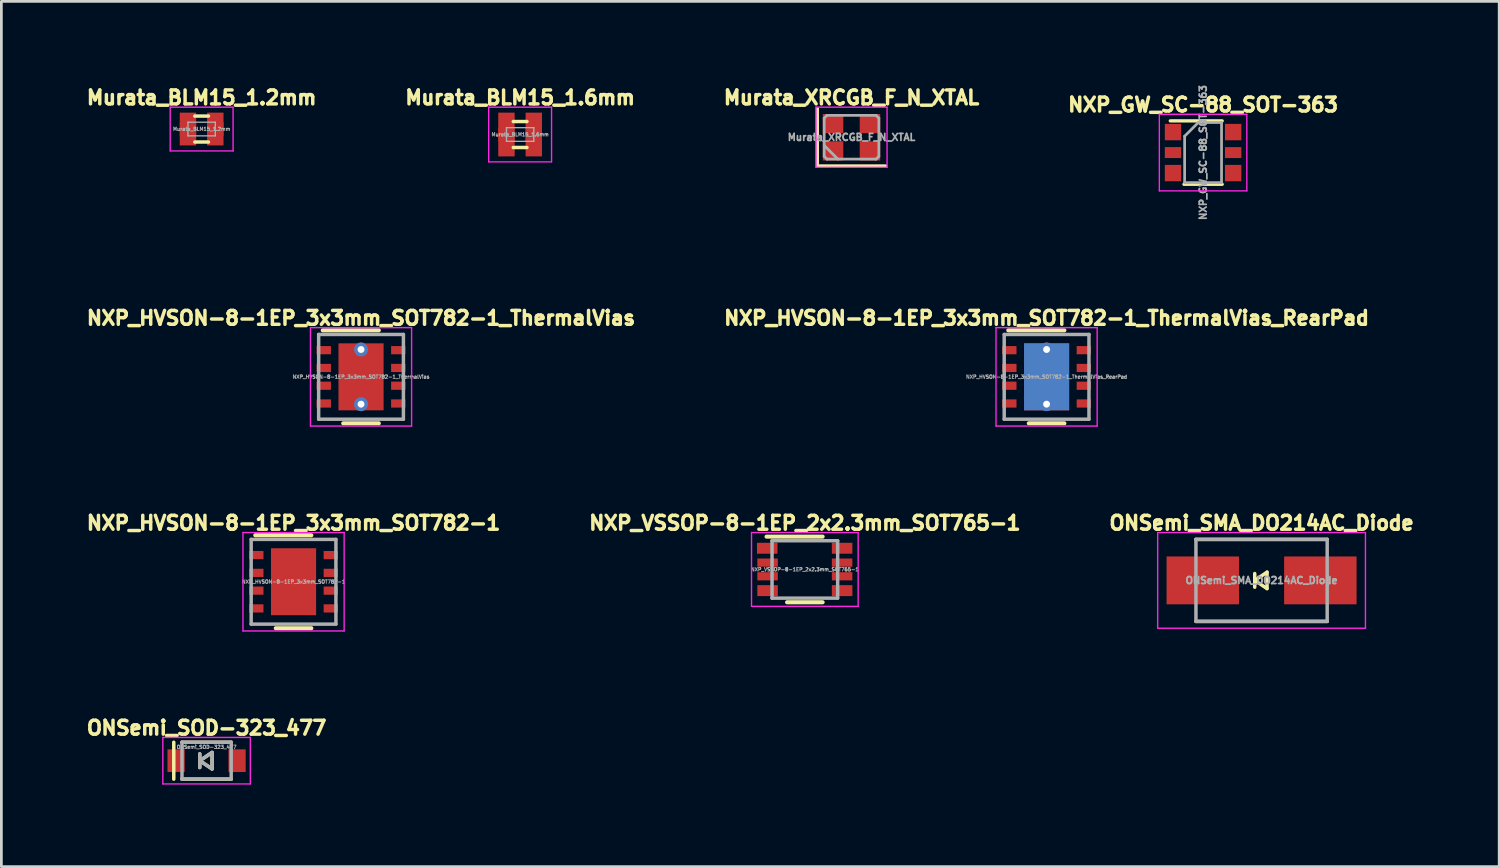
<source format=kicad_pcb>
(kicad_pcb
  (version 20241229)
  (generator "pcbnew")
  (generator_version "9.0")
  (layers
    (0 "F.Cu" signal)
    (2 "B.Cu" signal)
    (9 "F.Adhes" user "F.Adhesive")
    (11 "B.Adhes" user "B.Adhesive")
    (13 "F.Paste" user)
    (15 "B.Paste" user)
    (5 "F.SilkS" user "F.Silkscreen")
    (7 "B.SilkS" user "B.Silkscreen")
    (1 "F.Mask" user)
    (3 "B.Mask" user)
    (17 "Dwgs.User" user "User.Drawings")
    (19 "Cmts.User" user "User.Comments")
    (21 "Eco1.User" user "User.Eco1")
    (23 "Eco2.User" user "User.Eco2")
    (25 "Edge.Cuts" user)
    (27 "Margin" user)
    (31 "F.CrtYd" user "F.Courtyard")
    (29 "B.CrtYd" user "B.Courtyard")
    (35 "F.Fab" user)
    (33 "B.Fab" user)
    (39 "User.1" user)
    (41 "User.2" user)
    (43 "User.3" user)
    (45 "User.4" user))
  (footprint "Murata_BLM15_1.2mm"
    (layer "F.Cu")
    (at 4.325 1.67)
    (property "Reference" "Murata_BLM15_1.2mm" (at 0 -1.15 0) (layer "F.SilkS") (effects (font (size 0.508 0.508) (thickness 0.127))))
    (attr smd)
    (fp_line (start -0.25 0.475) (end 0.25 0.475) (stroke (width 0.127) (type solid)) (layer "F.SilkS"))
    (fp_line (start 0.25 -0.475) (end -0.25 -0.475) (stroke (width 0.127) (type solid)) (layer "F.SilkS"))
    (fp_line (start -1.15 -0.8) (end -1.15 0.8) (stroke (width 0.05) (type solid)) (layer "F.CrtYd"))
    (fp_line (start -1.15 -0.8) (end 1.15 -0.8) (stroke (width 0.05) (type solid)) (layer "F.CrtYd"))
    (fp_line (start -1.15 0.8) (end 1.15 0.8) (stroke (width 0.05) (type solid)) (layer "F.CrtYd"))
    (fp_line (start 1.15 -0.8) (end 1.15 0.8) (stroke (width 0.05) (type solid)) (layer "F.CrtYd"))
    (fp_line (start -0.5 -0.25) (end 0.5 -0.25) (stroke (width 0.05) (type solid)) (layer "F.Fab"))
    (fp_line (start -0.5 0.25) (end -0.5 -0.25) (stroke (width 0.05) (type solid)) (layer "F.Fab"))
    (fp_line (start 0.5 -0.25) (end 0.5 0.25) (stroke (width 0.05) (type solid)) (layer "F.Fab"))
    (fp_line (start 0.5 0.25) (end -0.5 0.25) (stroke (width 0.05) (type solid)) (layer "F.Fab"))
    (fp_text user "${REFERENCE}" (at 0 0 0) (layer "F.Fab") (effects (font (size 0.127 0.127) (thickness 0.032))))
    (pad "1" smd rect (at -0.5 0) (size 0.6 0.5) (layers "F.Cu" "F.Mask" "F.Paste"))
    (pad "1" smd rect (at -0.5 0) (size 0.6 1.2) (layers "F.Cu"))
    (pad "2" smd rect (at 0.5 0) (size 0.6 0.5) (layers "F.Cu" "F.Mask" "F.Paste"))
    (pad "2" smd rect (at 0.5 0) (size 0.6 1.2) (layers "F.Cu")))
  (footprint "NXP_VSSOP-8-1EP_2x2.3mm_SOT765-1"
    (layer "F.Cu")
    (at 26.388 17.778)
    (property "Reference" "NXP_VSSOP-8-1EP_2x2.3mm_SOT765-1" (at 0 -1.7 0) (layer "F.SilkS") (effects (font (size 0.508 0.508) (thickness 0.127))))
    (attr smd)
    (fp_line (start -1.4 -1.2) (end 0.65 -1.2) (stroke (width 0.15) (type solid)) (layer "F.SilkS"))
    (fp_line (start -0.65 1.2) (end 0.65 1.2) (stroke (width 0.15) (type solid)) (layer "F.SilkS"))
    (fp_line (start -1.95 -1.35) (end -1.95 1.35) (stroke (width 0.05) (type solid)) (layer "F.CrtYd"))
    (fp_line (start -1.95 -1.35) (end 1.95 -1.35) (stroke (width 0.05) (type solid)) (layer "F.CrtYd"))
    (fp_line (start -1.95 1.35) (end 1.95 1.35) (stroke (width 0.05) (type solid)) (layer "F.CrtYd"))
    (fp_line (start 1.95 -1.35) (end 1.95 1.35) (stroke (width 0.05) (type solid)) (layer "F.CrtYd"))
    (fp_line (start -1.2 -1.05) (end 1.2 -1.05) (stroke (width 0.127) (type solid)) (layer "F.Fab"))
    (fp_line (start -1.2 1.05) (end -1.2 -1.05) (stroke (width 0.127) (type solid)) (layer "F.Fab"))
    (fp_line (start 1.2 -1.05) (end 1.2 1.05) (stroke (width 0.127) (type solid)) (layer "F.Fab"))
    (fp_line (start 1.2 1.05) (end -1.2 1.05) (stroke (width 0.127) (type solid)) (layer "F.Fab"))
    (fp_text user "${REFERENCE}" (at 0 0 0) (layer "F.Fab") (effects (font (size 0.127 0.127) (thickness 0.032))))
    (pad "1" smd rect (at -1.375 -0.775) (size 0.75 0.4) (layers "F.Cu" "F.Mask" "F.Paste"))
    (pad "2" smd rect (at -1.363 -0.25) (size 0.75 0.3) (layers "F.Cu" "F.Mask" "F.Paste"))
    (pad "3" smd rect (at -1.363 0.25) (size 0.75 0.3) (layers "F.Cu" "F.Mask" "F.Paste"))
    (pad "4" smd rect (at -1.363 0.775) (size 0.75 0.4) (layers "F.Cu" "F.Mask" "F.Paste"))
    (pad "5" smd rect (at 1.363 0.775) (size 0.75 0.4) (layers "F.Cu" "F.Mask" "F.Paste"))
    (pad "6" smd rect (at 1.363 0.25) (size 0.75 0.3) (layers "F.Cu" "F.Mask" "F.Paste"))
    (pad "7" smd rect (at 1.363 -0.25) (size 0.75 0.3) (layers "F.Cu" "F.Mask" "F.Paste"))
    (pad "8" smd rect (at 1.363 -0.775) (size 0.75 0.4) (layers "F.Cu" "F.Mask" "F.Paste")))
  (footprint "NXP_HVSON-8-1EP_3x3mm_SOT782-1"
    (layer "F.Cu")
    (at 7.687 18.228)
    (property "Reference" "NXP_HVSON-8-1EP_3x3mm_SOT782-1" (at 0 -2.15 0) (layer "F.SilkS") (effects (font (size 0.508 0.508) (thickness 0.127))))
    (attr smd)
    (fp_line (start -1.4 -1.7) (end 0.65 -1.7) (stroke (width 0.15) (type solid)) (layer "F.SilkS"))
    (fp_line (start -0.65 1.7) (end 0.65 1.7) (stroke (width 0.15) (type solid)) (layer "F.SilkS"))
    (fp_line (start -1.85 -1.8) (end -1.85 1.8) (stroke (width 0.05) (type solid)) (layer "F.CrtYd"))
    (fp_line (start -1.85 -1.8) (end 1.85 -1.8) (stroke (width 0.05) (type solid)) (layer "F.CrtYd"))
    (fp_line (start -1.85 1.8) (end 1.85 1.8) (stroke (width 0.05) (type solid)) (layer "F.CrtYd"))
    (fp_line (start 1.85 -1.8) (end 1.85 1.8) (stroke (width 0.05) (type solid)) (layer "F.CrtYd"))
    (fp_line (start -1.55 -1.55) (end 1.55 -1.55) (stroke (width 0.127) (type solid)) (layer "F.Fab"))
    (fp_line (start -1.55 1.55) (end -1.55 -1.55) (stroke (width 0.127) (type solid)) (layer "F.Fab"))
    (fp_line (start 1.55 -1.55) (end 1.55 1.55) (stroke (width 0.127) (type solid)) (layer "F.Fab"))
    (fp_line (start 1.55 1.55) (end -1.55 1.55) (stroke (width 0.127) (type solid)) (layer "F.Fab"))
    (fp_text user "${REFERENCE}" (at 0 0 0) (layer "F.Fab") (effects (font (size 0.127 0.127) (thickness 0.032))))
    (pad "" smd rect (at 0 0) (size 0.65 1.1) (layers "F.Paste"))
    (pad "1" smd rect (at -1.363 -0.975) (size 0.525 0.3) (layers "F.Cu" "F.Mask" "F.Paste"))
    (pad "2" smd rect (at -1.363 -0.325) (size 0.525 0.3) (layers "F.Cu" "F.Mask" "F.Paste"))
    (pad "3" smd rect (at -1.363 0.325) (size 0.525 0.3) (layers "F.Cu" "F.Mask" "F.Paste"))
    (pad "4" smd rect (at -1.363 0.975) (size 0.525 0.3) (layers "F.Cu" "F.Mask" "F.Paste"))
    (pad "5" smd rect (at 1.363 0.975) (size 0.525 0.3) (layers "F.Cu" "F.Mask" "F.Paste"))
    (pad "6" smd rect (at 1.363 0.325) (size 0.525 0.3) (layers "F.Cu" "F.Mask" "F.Paste"))
    (pad "7" smd rect (at 1.363 -0.325) (size 0.525 0.3) (layers "F.Cu" "F.Mask" "F.Paste"))
    (pad "8" smd rect (at 1.363 -0.975) (size 0.525 0.3) (layers "F.Cu" "F.Mask" "F.Paste"))
    (pad "9" smd rect (at 0 0) (size 1.65 2.45) (layers "F.Cu" "F.Mask")))
  (footprint "ONSemi_SMA_DO214AC_Diode"
    (layer "F.Cu")
    (at 43.093 18.178)
    (property "Reference" "ONSemi_SMA_DO214AC_Diode" (at 0 -2.1 0) (layer "F.SilkS") (effects (font (size 0.508 0.508) (thickness 0.127))))
    (attr through_hole)
    (fp_line (start -2.4 -1.5) (end 2.4 -1.5) (stroke (width 0.127) (type solid)) (layer "F.SilkS"))
    (fp_line (start -2.4 1.5) (end 2.4 1.5) (stroke (width 0.127) (type solid)) (layer "F.SilkS"))
    (fp_line (start -0.25 0) (end 0.2 -0.3) (stroke (width 0.127) (type solid)) (layer "F.SilkS"))
    (fp_line (start -0.25 0.25) (end -0.25 -0.25) (stroke (width 0.127) (type solid)) (layer "F.SilkS"))
    (fp_line (start 0.2 -0.3) (end 0.2 0.3) (stroke (width 0.127) (type solid)) (layer "F.SilkS"))
    (fp_line (start 0.2 0.3) (end -0.25 0) (stroke (width 0.127) (type solid)) (layer "F.SilkS"))
    (fp_line (start -3.8 -1.75) (end 3.8 -1.75) (stroke (width 0.05) (type solid)) (layer "F.CrtYd"))
    (fp_line (start -3.8 1.75) (end -3.8 -1.75) (stroke (width 0.05) (type solid)) (layer "F.CrtYd"))
    (fp_line (start 3.8 -1.75) (end 3.8 1.75) (stroke (width 0.05) (type solid)) (layer "F.CrtYd"))
    (fp_line (start 3.8 1.75) (end -3.8 1.75) (stroke (width 0.05) (type solid)) (layer "F.CrtYd"))
    (fp_line (start -2.4 -1.5) (end -2.4 1.5) (stroke (width 0.127) (type solid)) (layer "F.Fab"))
    (fp_line (start -2.4 -1.5) (end 2.4 -1.5) (stroke (width 0.127) (type solid)) (layer "F.Fab"))
    (fp_line (start -2.4 1.5) (end 2.4 1.5) (stroke (width 0.127) (type solid)) (layer "F.Fab"))
    (fp_line (start 2.4 1.5) (end 2.4 -1.5) (stroke (width 0.127) (type solid)) (layer "F.Fab"))
    (fp_text user "${REFERENCE}" (at 0 0 180) (layer "F.Fab") (effects (font (size 0.254 0.254) (thickness 0.064))))
    (pad "1" smd rect (at -2.15 0) (size 2.65 1.75) (layers "F.Cu" "F.Mask" "F.Paste"))
    (pad "2" smd rect (at 2.15 0) (size 2.65 1.75) (layers "F.Cu" "F.Mask" "F.Paste")))
  (footprint "NXP_GW_SC-88_SOT-363"
    (layer "F.Cu")
    (at 40.954 2.531)
    (property "Reference" "NXP_GW_SC-88_SOT-363" (at 0 -1.75 0) (layer "F.SilkS") (effects (font (size 0.508 0.508) (thickness 0.127))))
    (attr smd)
    (fp_line (start -0.7 1.16) (end 0.7 1.16) (stroke (width 0.12) (type solid)) (layer "F.SilkS"))
    (fp_line (start 0.7 -1.16) (end -1.2 -1.16) (stroke (width 0.12) (type solid)) (layer "F.SilkS"))
    (fp_line (start -1.6 -1.4) (end -1.6 1.4) (stroke (width 0.05) (type solid)) (layer "F.CrtYd"))
    (fp_line (start -1.6 -1.4) (end 1.6 -1.4) (stroke (width 0.05) (type solid)) (layer "F.CrtYd"))
    (fp_line (start -1.6 1.4) (end 1.6 1.4) (stroke (width 0.05) (type solid)) (layer "F.CrtYd"))
    (fp_line (start 1.6 1.4) (end 1.6 -1.4) (stroke (width 0.05) (type solid)) (layer "F.CrtYd"))
    (fp_line (start -0.675 -0.6) (end -0.675 1.1) (stroke (width 0.1) (type solid)) (layer "F.Fab"))
    (fp_line (start -0.175 -1.1) (end -0.675 -0.6) (stroke (width 0.1) (type solid)) (layer "F.Fab"))
    (fp_line (start 0.675 -1.1) (end -0.175 -1.1) (stroke (width 0.1) (type solid)) (layer "F.Fab"))
    (fp_line (start 0.675 -1.1) (end 0.675 1.1) (stroke (width 0.1) (type solid)) (layer "F.Fab"))
    (fp_line (start 0.675 1.1) (end -0.675 1.1) (stroke (width 0.1) (type solid)) (layer "F.Fab"))
    (fp_text user "${REFERENCE}" (at 0 0 90) (layer "F.Fab") (effects (font (size 0.254 0.254) (thickness 0.064))))
    (pad "1" smd rect (at -1.1 -0.75) (size 0.6 0.6) (layers "F.Cu" "F.Mask" "F.Paste"))
    (pad "2" smd rect (at -1.1 0) (size 0.6 0.4) (layers "F.Cu" "F.Mask" "F.Paste"))
    (pad "3" smd rect (at -1.1 0.75) (size 0.6 0.6) (layers "F.Cu" "F.Mask" "F.Paste"))
    (pad "4" smd rect (at 1.1 0.75) (size 0.6 0.6) (layers "F.Cu" "F.Mask" "F.Paste"))
    (pad "5" smd rect (at 1.1 0) (size 0.6 0.4) (layers "F.Cu" "F.Mask" "F.Paste"))
    (pad "6" smd rect (at 1.1 -0.75) (size 0.6 0.6) (layers "F.Cu" "F.Mask" "F.Paste")))
  (footprint "NXP_HVSON-8-1EP_3x3mm_SOT782-1_ThermalVias"
    (layer "F.Cu")
    (at 10.155 10.733)
    (property "Reference" "NXP_HVSON-8-1EP_3x3mm_SOT782-1_ThermalVias" (at 0 -2.15 0) (layer "F.SilkS") (effects (font (size 0.508 0.508) (thickness 0.127))))
    (attr smd)
    (fp_line (start -1.4 -1.7) (end 0.65 -1.7) (stroke (width 0.15) (type solid)) (layer "F.SilkS"))
    (fp_line (start -0.65 1.7) (end 0.65 1.7) (stroke (width 0.15) (type solid)) (layer "F.SilkS"))
    (fp_line (start -1.85 -1.8) (end -1.85 1.8) (stroke (width 0.05) (type solid)) (layer "F.CrtYd"))
    (fp_line (start -1.85 -1.8) (end 1.85 -1.8) (stroke (width 0.05) (type solid)) (layer "F.CrtYd"))
    (fp_line (start -1.85 1.8) (end 1.85 1.8) (stroke (width 0.05) (type solid)) (layer "F.CrtYd"))
    (fp_line (start 1.85 -1.8) (end 1.85 1.8) (stroke (width 0.05) (type solid)) (layer "F.CrtYd"))
    (fp_line (start -1.55 -1.55) (end 1.55 -1.55) (stroke (width 0.127) (type solid)) (layer "F.Fab"))
    (fp_line (start -1.55 1.55) (end -1.55 -1.55) (stroke (width 0.127) (type solid)) (layer "F.Fab"))
    (fp_line (start 1.55 -1.55) (end 1.55 1.55) (stroke (width 0.127) (type solid)) (layer "F.Fab"))
    (fp_line (start 1.55 1.55) (end -1.55 1.55) (stroke (width 0.127) (type solid)) (layer "F.Fab"))
    (fp_text user "${REFERENCE}" (at 0 0 0) (layer "F.Fab") (effects (font (size 0.127 0.127) (thickness 0.032))))
    (pad "" smd rect (at 0 0) (size 0.65 1.1) (layers "F.Paste"))
    (pad "1" smd rect (at -1.363 -0.975) (size 0.525 0.3) (layers "F.Cu" "F.Mask" "F.Paste"))
    (pad "2" smd rect (at -1.363 -0.325) (size 0.525 0.3) (layers "F.Cu" "F.Mask" "F.Paste"))
    (pad "3" smd rect (at -1.363 0.325) (size 0.525 0.3) (layers "F.Cu" "F.Mask" "F.Paste"))
    (pad "4" smd rect (at -1.363 0.975) (size 0.525 0.3) (layers "F.Cu" "F.Mask" "F.Paste"))
    (pad "5" smd rect (at 1.363 0.975) (size 0.525 0.3) (layers "F.Cu" "F.Mask" "F.Paste"))
    (pad "6" smd rect (at 1.363 0.325) (size 0.525 0.3) (layers "F.Cu" "F.Mask" "F.Paste"))
    (pad "7" smd rect (at 1.363 -0.325) (size 0.525 0.3) (layers "F.Cu" "F.Mask" "F.Paste"))
    (pad "8" smd rect (at 1.363 -0.975) (size 0.525 0.3) (layers "F.Cu" "F.Mask" "F.Paste"))
    (pad "9" thru_hole circle (at 0 -1) (size 0.508 0.508) (drill 0.254) (layers "*.Cu"))
    (pad "9" smd rect (at 0 0) (size 1.65 2.45) (layers "F.Cu" "F.Mask"))
    (pad "9" thru_hole circle (at 0 1) (size 0.508 0.508) (drill 0.254) (layers "*.Cu")))
  (footprint "Murata_BLM15_1.6mm"
    (layer "F.Cu")
    (at 15.974 1.87)
    (property "Reference" "Murata_BLM15_1.6mm" (at 0 -1.35 0) (layer "F.SilkS") (effects (font (size 0.508 0.508) (thickness 0.127))))
    (attr smd)
    (fp_line (start -0.25 0.475) (end 0.25 0.475) (stroke (width 0.127) (type solid)) (layer "F.SilkS"))
    (fp_line (start 0.25 -0.475) (end -0.25 -0.475) (stroke (width 0.127) (type solid)) (layer "F.SilkS"))
    (fp_line (start -1.15 -1) (end -1.15 1) (stroke (width 0.05) (type solid)) (layer "F.CrtYd"))
    (fp_line (start -1.15 -1) (end 1.15 -1) (stroke (width 0.05) (type solid)) (layer "F.CrtYd"))
    (fp_line (start -1.15 1) (end 1.15 1) (stroke (width 0.05) (type solid)) (layer "F.CrtYd"))
    (fp_line (start 1.15 -1) (end 1.15 1) (stroke (width 0.05) (type solid)) (layer "F.CrtYd"))
    (fp_line (start -0.5 -0.25) (end 0.5 -0.25) (stroke (width 0.05) (type solid)) (layer "F.Fab"))
    (fp_line (start -0.5 0.25) (end -0.5 -0.25) (stroke (width 0.05) (type solid)) (layer "F.Fab"))
    (fp_line (start 0.5 -0.25) (end 0.5 0.25) (stroke (width 0.05) (type solid)) (layer "F.Fab"))
    (fp_line (start 0.5 0.25) (end -0.5 0.25) (stroke (width 0.05) (type solid)) (layer "F.Fab"))
    (fp_text user "${REFERENCE}" (at 0 0 0) (layer "F.Fab") (effects (font (size 0.127 0.127) (thickness 0.032))))
    (pad "1" smd rect (at -0.5 0) (size 0.6 0.5) (layers "F.Cu" "F.Mask" "F.Paste"))
    (pad "1" smd rect (at -0.5 0) (size 0.6 1.6) (layers "F.Cu"))
    (pad "2" smd rect (at 0.5 0) (size 0.6 0.5) (layers "F.Cu" "F.Mask" "F.Paste"))
    (pad "2" smd rect (at 0.5 0) (size 0.6 1.6) (layers "F.Cu")))
  (footprint "NXP_HVSON-8-1EP_3x3mm_SOT782-1_ThermalVias_RearPad"
    (layer "F.Cu")
    (at 35.23 10.733)
    (property "Reference" "NXP_HVSON-8-1EP_3x3mm_SOT782-1_ThermalVias_RearPad" (at 0 -2.15 0) (layer "F.SilkS") (effects (font (size 0.508 0.508) (thickness 0.127))))
    (attr smd)
    (fp_line (start -1.4 -1.7) (end 0.65 -1.7) (stroke (width 0.15) (type solid)) (layer "F.SilkS"))
    (fp_line (start -0.65 1.7) (end 0.65 1.7) (stroke (width 0.15) (type solid)) (layer "F.SilkS"))
    (fp_line (start -1.85 -1.8) (end -1.85 1.8) (stroke (width 0.05) (type solid)) (layer "F.CrtYd"))
    (fp_line (start -1.85 -1.8) (end 1.85 -1.8) (stroke (width 0.05) (type solid)) (layer "F.CrtYd"))
    (fp_line (start -1.85 1.8) (end 1.85 1.8) (stroke (width 0.05) (type solid)) (layer "F.CrtYd"))
    (fp_line (start 1.85 -1.8) (end 1.85 1.8) (stroke (width 0.05) (type solid)) (layer "F.CrtYd"))
    (fp_line (start -1.55 -1.55) (end 1.55 -1.55) (stroke (width 0.127) (type solid)) (layer "F.Fab"))
    (fp_line (start -1.55 1.55) (end -1.55 -1.55) (stroke (width 0.127) (type solid)) (layer "F.Fab"))
    (fp_line (start 1.55 -1.55) (end 1.55 1.55) (stroke (width 0.127) (type solid)) (layer "F.Fab"))
    (fp_line (start 1.55 1.55) (end -1.55 1.55) (stroke (width 0.127) (type solid)) (layer "F.Fab"))
    (fp_text user "${REFERENCE}" (at 0 0 0) (layer "F.Fab") (effects (font (size 0.127 0.127) (thickness 0.032))))
    (pad "" smd rect (at 0 0) (size 0.65 1.1) (layers "F.Paste"))
    (pad "1" smd rect (at -1.363 -0.975) (size 0.525 0.3) (layers "F.Cu" "F.Mask" "F.Paste"))
    (pad "2" smd rect (at -1.363 -0.325) (size 0.525 0.3) (layers "F.Cu" "F.Mask" "F.Paste"))
    (pad "3" smd rect (at -1.363 0.325) (size 0.525 0.3) (layers "F.Cu" "F.Mask" "F.Paste"))
    (pad "4" smd rect (at -1.363 0.975) (size 0.525 0.3) (layers "F.Cu" "F.Mask" "F.Paste"))
    (pad "5" smd rect (at 1.363 0.975) (size 0.525 0.3) (layers "F.Cu" "F.Mask" "F.Paste"))
    (pad "6" smd rect (at 1.363 0.325) (size 0.525 0.3) (layers "F.Cu" "F.Mask" "F.Paste"))
    (pad "7" smd rect (at 1.363 -0.325) (size 0.525 0.3) (layers "F.Cu" "F.Mask" "F.Paste"))
    (pad "8" smd rect (at 1.363 -0.975) (size 0.525 0.3) (layers "F.Cu" "F.Mask" "F.Paste"))
    (pad "9" thru_hole circle (at 0 -1) (size 0.508 0.508) (drill 0.254) (layers "*.Cu"))
    (pad "9" smd rect (at 0 0) (size 1.65 2.45) (layers "F.Cu" "F.Mask"))
    (pad "9" smd rect (at 0 0) (size 1.65 2.45) (layers "B.Cu" "B.Mask"))
    (pad "9" thru_hole circle (at 0 1) (size 0.508 0.508) (drill 0.254) (layers "*.Cu")))
  (footprint "Murata_XRCGB_F_N_XTAL"
    (layer "F.Cu")
    (at 28.095 1.97)
    (property "Reference" "Murata_XRCGB_F_N_XTAL" (at 0 -1.45 0) (layer "F.SilkS") (effects (font (size 0.508 0.508) (thickness 0.127))))
    (attr smd)
    (fp_line (start -1.25 -1.05) (end -1.25 1.05) (stroke (width 0.12) (type solid)) (layer "F.SilkS"))
    (fp_line (start -1.25 1.05) (end 1.25 1.05) (stroke (width 0.12) (type solid)) (layer "F.SilkS"))
    (fp_line (start -1.3 -1.1) (end -1.3 1.1) (stroke (width 0.05) (type solid)) (layer "F.CrtYd"))
    (fp_line (start -1.3 1.1) (end 1.3 1.1) (stroke (width 0.05) (type solid)) (layer "F.CrtYd"))
    (fp_line (start 1.3 -1.1) (end -1.3 -1.1) (stroke (width 0.05) (type solid)) (layer "F.CrtYd"))
    (fp_line (start 1.3 1.1) (end 1.3 -1.1) (stroke (width 0.05) (type solid)) (layer "F.CrtYd"))
    (fp_line (start -1 -0.7) (end -0.9 -0.8) (stroke (width 0.1) (type solid)) (layer "F.Fab"))
    (fp_line (start -1 0.3) (end -0.5 0.8) (stroke (width 0.1) (type solid)) (layer "F.Fab"))
    (fp_line (start -1 0.7) (end -1 -0.7) (stroke (width 0.1) (type solid)) (layer "F.Fab"))
    (fp_line (start -0.9 -0.8) (end 0.9 -0.8) (stroke (width 0.1) (type solid)) (layer "F.Fab"))
    (fp_line (start -0.9 0.8) (end -1 0.7) (stroke (width 0.1) (type solid)) (layer "F.Fab"))
    (fp_line (start 0.9 -0.8) (end 1 -0.7) (stroke (width 0.1) (type solid)) (layer "F.Fab"))
    (fp_line (start 0.9 0.8) (end -0.9 0.8) (stroke (width 0.1) (type solid)) (layer "F.Fab"))
    (fp_line (start 1 -0.7) (end 1 0.7) (stroke (width 0.1) (type solid)) (layer "F.Fab"))
    (fp_line (start 1 0.7) (end 0.9 0.8) (stroke (width 0.1) (type solid)) (layer "F.Fab"))
    (fp_text user "${REFERENCE}" (at 0 0 0) (layer "F.Fab") (effects (font (size 0.254 0.254) (thickness 0.064))))
    (pad "1" smd rect (at -0.675 0.5) (size 0.75 0.7) (layers "F.Cu" "F.Mask" "F.Paste"))
    (pad "2" smd rect (at 0.675 0.5) (size 0.75 0.7) (layers "F.Cu" "F.Mask" "F.Paste"))
    (pad "3" smd rect (at 0.675 -0.5) (size 0.75 0.7) (layers "F.Cu" "F.Mask" "F.Paste"))
    (pad "4" smd rect (at -0.675 -0.5) (size 0.75 0.7) (layers "F.Cu" "F.Mask" "F.Paste")))
  (footprint "ONSemi_SOD-323_477"
    (layer "F.Cu")
    (at 4.506 24.773)
    (property "Reference" "ONSemi_SOD-323_477" (at 0 -1.2 0) (layer "F.SilkS") (effects (font (size 0.508 0.508) (thickness 0.127))))
    (attr through_hole)
    (fp_line (start -1.2 -0.675) (end -1.2 0.675) (stroke (width 0.127) (type solid)) (layer "F.SilkS"))
    (fp_line (start -0.9 -0.675) (end 0.9 -0.675) (stroke (width 0.127) (type solid)) (layer "F.SilkS"))
    (fp_line (start -0.9 0.675) (end 0.9 0.675) (stroke (width 0.127) (type solid)) (layer "F.SilkS"))
    (fp_line (start -0.25 -0.25) (end -0.25 0.25) (stroke (width 0.127) (type solid)) (layer "F.SilkS"))
    (fp_line (start -0.25 0) (end 0.2 -0.3) (stroke (width 0.127) (type solid)) (layer "F.SilkS"))
    (fp_line (start 0.2 -0.3) (end 0.2 0.3) (stroke (width 0.127) (type solid)) (layer "F.SilkS"))
    (fp_line (start 0.2 0.3) (end -0.25 0) (stroke (width 0.127) (type solid)) (layer "F.SilkS"))
    (fp_line (start -1.6 -0.85) (end 1.6 -0.85) (stroke (width 0.05) (type solid)) (layer "F.CrtYd"))
    (fp_line (start -1.6 0.85) (end -1.6 -0.85) (stroke (width 0.05) (type solid)) (layer "F.CrtYd"))
    (fp_line (start -1.6 0.85) (end 1.6 0.85) (stroke (width 0.05) (type solid)) (layer "F.CrtYd"))
    (fp_line (start 1.6 -0.85) (end 1.6 0.85) (stroke (width 0.05) (type solid)) (layer "F.CrtYd"))
    (fp_line (start -0.9 -0.675) (end -0.9 0.675) (stroke (width 0.127) (type solid)) (layer "F.Fab"))
    (fp_line (start -0.9 -0.675) (end 0.9 -0.675) (stroke (width 0.127) (type solid)) (layer "F.Fab"))
    (fp_line (start -0.9 0.675) (end 0.9 0.675) (stroke (width 0.127) (type solid)) (layer "F.Fab"))
    (fp_line (start -0.25 -0.25) (end -0.25 0.25) (stroke (width 0.127) (type solid)) (layer "F.Fab"))
    (fp_line (start -0.25 0) (end 0.2 -0.3) (stroke (width 0.127) (type solid)) (layer "F.Fab"))
    (fp_line (start 0.2 -0.3) (end 0.2 0.3) (stroke (width 0.127) (type solid)) (layer "F.Fab"))
    (fp_line (start 0.2 0.3) (end -0.25 0) (stroke (width 0.127) (type solid)) (layer "F.Fab"))
    (fp_line (start 0.9 -0.675) (end 0.9 0.675) (stroke (width 0.127) (type solid)) (layer "F.Fab"))
    (fp_text user "${REFERENCE}" (at 0 -0.5 0) (layer "F.Fab") (effects (font (size 0.127 0.127) (thickness 0.032))))
    (pad "1" smd rect (at -1.115 0) (size 0.63 0.83) (layers "F.Cu" "F.Mask" "F.Paste"))
    (pad "2" smd rect (at 1.115 0) (size 0.63 0.83) (layers "F.Cu" "F.Mask" "F.Paste")))
  (gr_rect
    (start -3 -3)
    (end 51.784 28.648)
    (stroke (width 0.1) (type default))
    (fill no)
    (layer "Edge.Cuts")))
</source>
